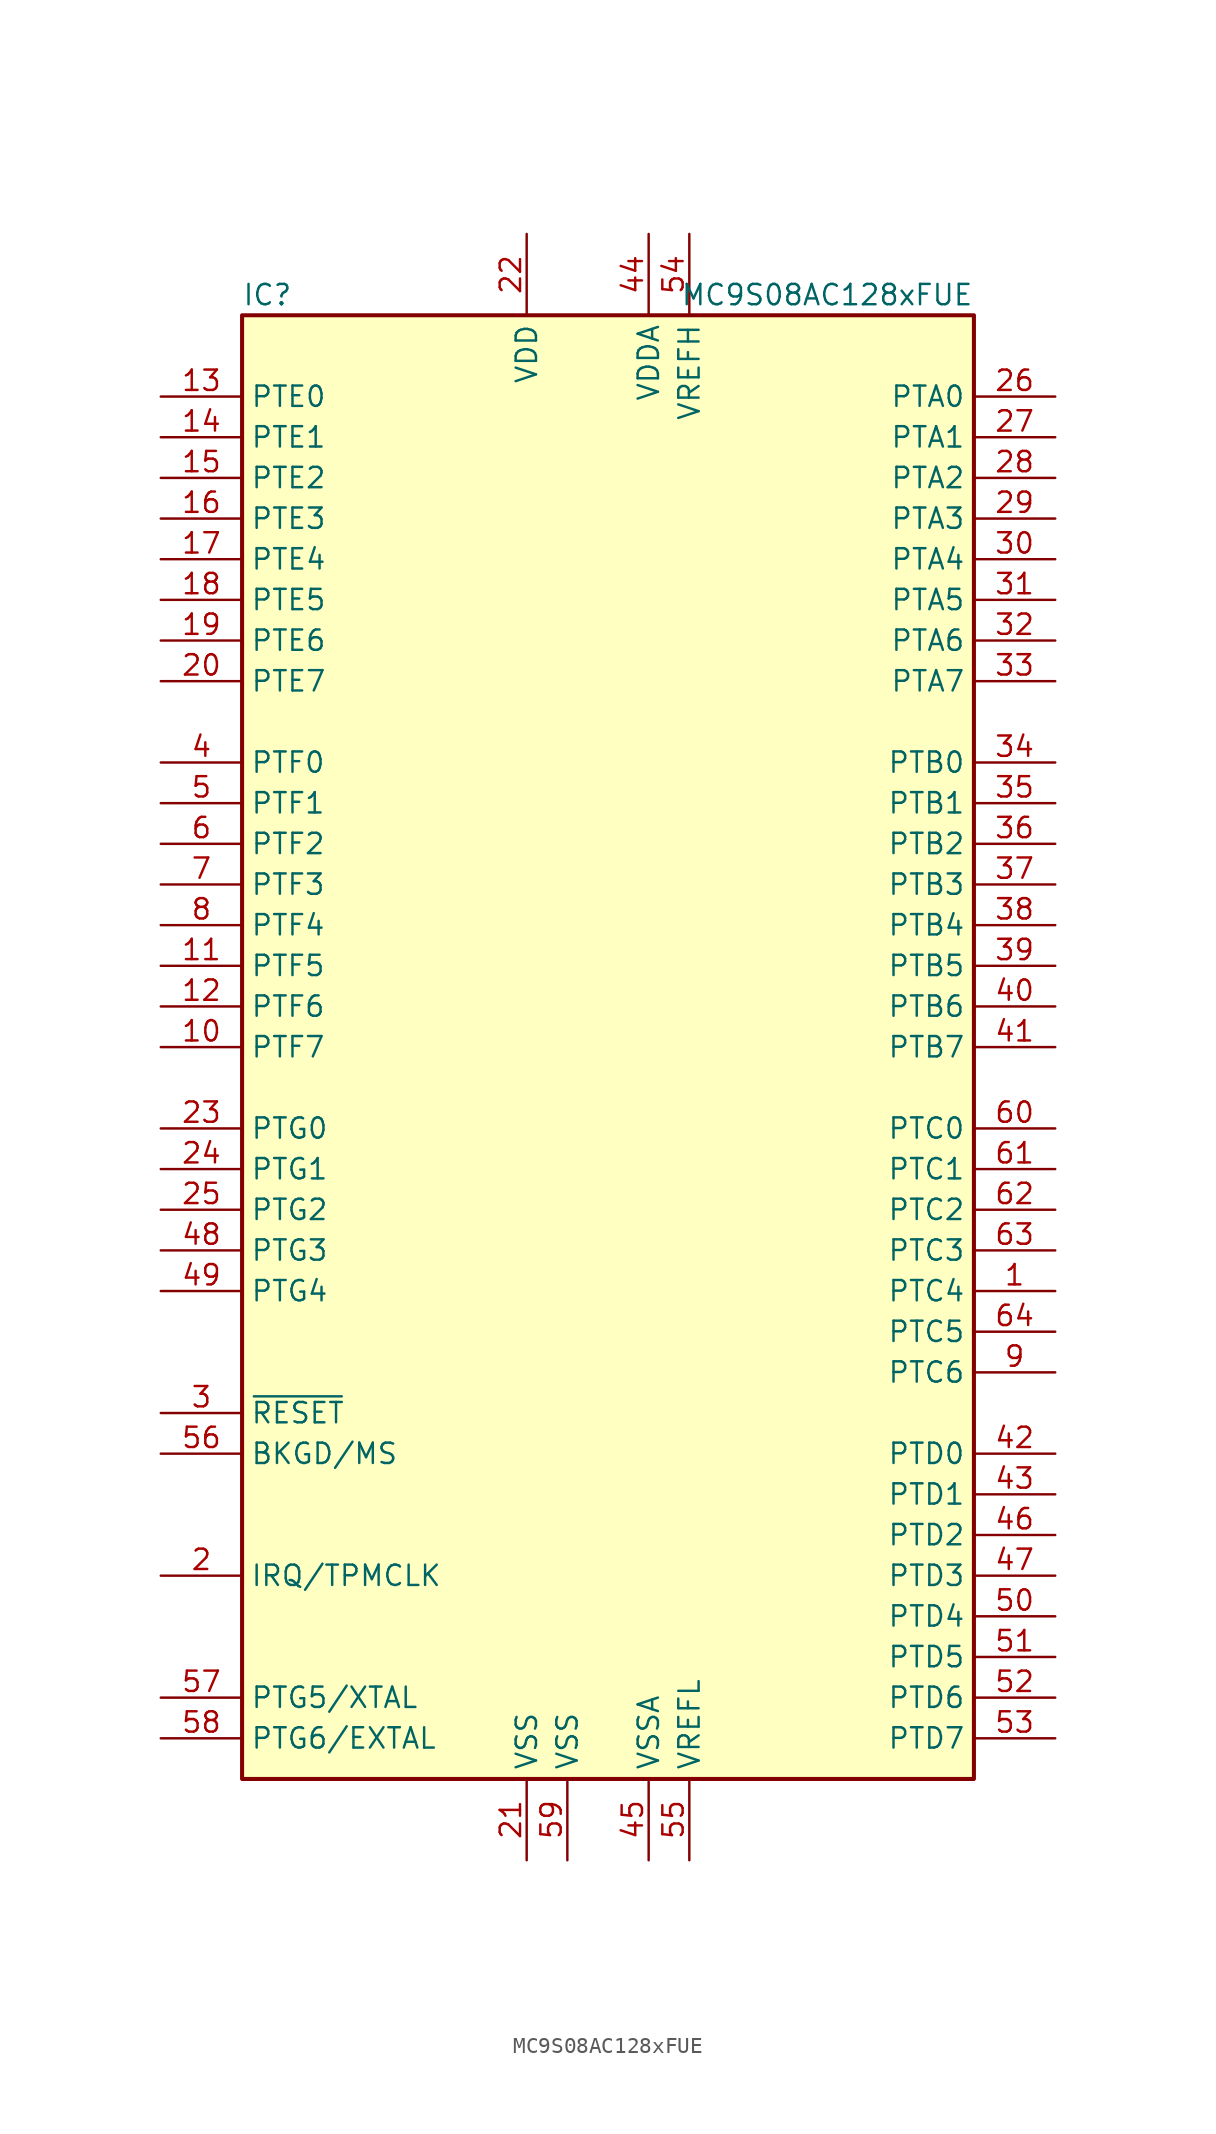
<source format=kicad_sym>
(kicad_symbol_lib
  (version 20201005)
  (generator kicad_symbol_editor)
  (symbol "MC9S08AC128xFUE"
    (property "Reference" "IC"
      (at -22.86 46.99 0)
      (effects (font (size 1.27 1.27)) (justify left)))
    (property "Value" "MC9S08AC128xFUE"
      (at 22.86 46.99 0)
      (effects (font (size 1.27 1.27)) (justify right)))
    (symbol "MC9S08AC128xFUE_0_1"
      (rectangle (start -22.86 45.72) (end 22.86 -45.72) (stroke (width 0.254)) (fill (type background))))
    (symbol "MC9S08AC128xFUE_1_1"
      (pin bidirectional line (at 27.94 -15.24 180) (length 5.08) (name "PTC4" (effects (font (size 1.27 1.27)))) (number "1" (effects (font (size 1.27 1.27)))))
      (pin bidirectional line (at -27.94 0 0) (length 5.08) (name "PTF7" (effects (font (size 1.27 1.27)))) (number "10" (effects (font (size 1.27 1.27)))))
      (pin bidirectional line (at -27.94 5.08 0) (length 5.08) (name "PTF5" (effects (font (size 1.27 1.27)))) (number "11" (effects (font (size 1.27 1.27)))))
      (pin bidirectional line (at -27.94 2.54 0) (length 5.08) (name "PTF6" (effects (font (size 1.27 1.27)))) (number "12" (effects (font (size 1.27 1.27)))))
      (pin bidirectional line (at -27.94 40.64 0) (length 5.08) (name "PTE0" (effects (font (size 1.27 1.27)))) (number "13" (effects (font (size 1.27 1.27)))))
      (pin bidirectional line (at -27.94 38.1 0) (length 5.08) (name "PTE1" (effects (font (size 1.27 1.27)))) (number "14" (effects (font (size 1.27 1.27)))))
      (pin bidirectional line (at -27.94 35.56 0) (length 5.08) (name "PTE2" (effects (font (size 1.27 1.27)))) (number "15" (effects (font (size 1.27 1.27)))))
      (pin bidirectional line (at -27.94 33.02 0) (length 5.08) (name "PTE3" (effects (font (size 1.27 1.27)))) (number "16" (effects (font (size 1.27 1.27)))))
      (pin bidirectional line (at -27.94 30.48 0) (length 5.08) (name "PTE4" (effects (font (size 1.27 1.27)))) (number "17" (effects (font (size 1.27 1.27)))))
      (pin bidirectional line (at -27.94 27.94 0) (length 5.08) (name "PTE5" (effects (font (size 1.27 1.27)))) (number "18" (effects (font (size 1.27 1.27)))))
      (pin bidirectional line (at -27.94 25.4 0) (length 5.08) (name "PTE6" (effects (font (size 1.27 1.27)))) (number "19" (effects (font (size 1.27 1.27)))))
      (pin input line (at -27.94 -33.02 0) (length 5.08) (name "IRQ/TPMCLK" (effects (font (size 1.27 1.27)))) (number "2" (effects (font (size 1.27 1.27)))))
      (pin bidirectional line (at -27.94 22.86 0) (length 5.08) (name "PTE7" (effects (font (size 1.27 1.27)))) (number "20" (effects (font (size 1.27 1.27)))))
      (pin power_in line (at -5.08 -50.8 90) (length 5.08) (name "VSS" (effects (font (size 1.27 1.27)))) (number "21" (effects (font (size 1.27 1.27)))))
      (pin power_in line (at -5.08 50.8 270) (length 5.08) (name "VDD" (effects (font (size 1.27 1.27)))) (number "22" (effects (font (size 1.27 1.27)))))
      (pin bidirectional line (at -27.94 -5.08 0) (length 5.08) (name "PTG0" (effects (font (size 1.27 1.27)))) (number "23" (effects (font (size 1.27 1.27)))))
      (pin bidirectional line (at -27.94 -7.62 0) (length 5.08) (name "PTG1" (effects (font (size 1.27 1.27)))) (number "24" (effects (font (size 1.27 1.27)))))
      (pin bidirectional line (at -27.94 -10.16 0) (length 5.08) (name "PTG2" (effects (font (size 1.27 1.27)))) (number "25" (effects (font (size 1.27 1.27)))))
      (pin bidirectional line (at 27.94 40.64 180) (length 5.08) (name "PTA0" (effects (font (size 1.27 1.27)))) (number "26" (effects (font (size 1.27 1.27)))))
      (pin bidirectional line (at 27.94 38.1 180) (length 5.08) (name "PTA1" (effects (font (size 1.27 1.27)))) (number "27" (effects (font (size 1.27 1.27)))))
      (pin bidirectional line (at 27.94 35.56 180) (length 5.08) (name "PTA2" (effects (font (size 1.27 1.27)))) (number "28" (effects (font (size 1.27 1.27)))))
      (pin bidirectional line (at 27.94 33.02 180) (length 5.08) (name "PTA3" (effects (font (size 1.27 1.27)))) (number "29" (effects (font (size 1.27 1.27)))))
      (pin input line (at -27.94 -22.86 0) (length 5.08) (name "~RESET" (effects (font (size 1.27 1.27)))) (number "3" (effects (font (size 1.27 1.27)))))
      (pin bidirectional line (at 27.94 30.48 180) (length 5.08) (name "PTA4" (effects (font (size 1.27 1.27)))) (number "30" (effects (font (size 1.27 1.27)))))
      (pin bidirectional line (at 27.94 27.94 180) (length 5.08) (name "PTA5" (effects (font (size 1.27 1.27)))) (number "31" (effects (font (size 1.27 1.27)))))
      (pin bidirectional line (at 27.94 25.4 180) (length 5.08) (name "PTA6" (effects (font (size 1.27 1.27)))) (number "32" (effects (font (size 1.27 1.27)))))
      (pin bidirectional line (at 27.94 22.86 180) (length 5.08) (name "PTA7" (effects (font (size 1.27 1.27)))) (number "33" (effects (font (size 1.27 1.27)))))
      (pin bidirectional line (at 27.94 17.78 180) (length 5.08) (name "PTB0" (effects (font (size 1.27 1.27)))) (number "34" (effects (font (size 1.27 1.27)))))
      (pin bidirectional line (at 27.94 15.24 180) (length 5.08) (name "PTB1" (effects (font (size 1.27 1.27)))) (number "35" (effects (font (size 1.27 1.27)))))
      (pin bidirectional line (at 27.94 12.7 180) (length 5.08) (name "PTB2" (effects (font (size 1.27 1.27)))) (number "36" (effects (font (size 1.27 1.27)))))
      (pin bidirectional line (at 27.94 10.16 180) (length 5.08) (name "PTB3" (effects (font (size 1.27 1.27)))) (number "37" (effects (font (size 1.27 1.27)))))
      (pin bidirectional line (at 27.94 7.62 180) (length 5.08) (name "PTB4" (effects (font (size 1.27 1.27)))) (number "38" (effects (font (size 1.27 1.27)))))
      (pin bidirectional line (at 27.94 5.08 180) (length 5.08) (name "PTB5" (effects (font (size 1.27 1.27)))) (number "39" (effects (font (size 1.27 1.27)))))
      (pin bidirectional line (at -27.94 17.78 0) (length 5.08) (name "PTF0" (effects (font (size 1.27 1.27)))) (number "4" (effects (font (size 1.27 1.27)))))
      (pin bidirectional line (at 27.94 2.54 180) (length 5.08) (name "PTB6" (effects (font (size 1.27 1.27)))) (number "40" (effects (font (size 1.27 1.27)))))
      (pin bidirectional line (at 27.94 0 180) (length 5.08) (name "PTB7" (effects (font (size 1.27 1.27)))) (number "41" (effects (font (size 1.27 1.27)))))
      (pin bidirectional line (at 27.94 -25.4 180) (length 5.08) (name "PTD0" (effects (font (size 1.27 1.27)))) (number "42" (effects (font (size 1.27 1.27)))))
      (pin bidirectional line (at 27.94 -27.94 180) (length 5.08) (name "PTD1" (effects (font (size 1.27 1.27)))) (number "43" (effects (font (size 1.27 1.27)))))
      (pin power_in line (at 2.54 50.8 270) (length 5.08) (name "VDDA" (effects (font (size 1.27 1.27)))) (number "44" (effects (font (size 1.27 1.27)))))
      (pin power_in line (at 2.54 -50.8 90) (length 5.08) (name "VSSA" (effects (font (size 1.27 1.27)))) (number "45" (effects (font (size 1.27 1.27)))))
      (pin bidirectional line (at 27.94 -30.48 180) (length 5.08) (name "PTD2" (effects (font (size 1.27 1.27)))) (number "46" (effects (font (size 1.27 1.27)))))
      (pin bidirectional line (at 27.94 -33.02 180) (length 5.08) (name "PTD3" (effects (font (size 1.27 1.27)))) (number "47" (effects (font (size 1.27 1.27)))))
      (pin bidirectional line (at -27.94 -12.7 0) (length 5.08) (name "PTG3" (effects (font (size 1.27 1.27)))) (number "48" (effects (font (size 1.27 1.27)))))
      (pin bidirectional line (at -27.94 -15.24 0) (length 5.08) (name "PTG4" (effects (font (size 1.27 1.27)))) (number "49" (effects (font (size 1.27 1.27)))))
      (pin bidirectional line (at -27.94 15.24 0) (length 5.08) (name "PTF1" (effects (font (size 1.27 1.27)))) (number "5" (effects (font (size 1.27 1.27)))))
      (pin bidirectional line (at 27.94 -35.56 180) (length 5.08) (name "PTD4" (effects (font (size 1.27 1.27)))) (number "50" (effects (font (size 1.27 1.27)))))
      (pin bidirectional line (at 27.94 -38.1 180) (length 5.08) (name "PTD5" (effects (font (size 1.27 1.27)))) (number "51" (effects (font (size 1.27 1.27)))))
      (pin bidirectional line (at 27.94 -40.64 180) (length 5.08) (name "PTD6" (effects (font (size 1.27 1.27)))) (number "52" (effects (font (size 1.27 1.27)))))
      (pin bidirectional line (at 27.94 -43.18 180) (length 5.08) (name "PTD7" (effects (font (size 1.27 1.27)))) (number "53" (effects (font (size 1.27 1.27)))))
      (pin power_in line (at 5.08 50.8 270) (length 5.08) (name "VREFH" (effects (font (size 1.27 1.27)))) (number "54" (effects (font (size 1.27 1.27)))))
      (pin power_in line (at 5.08 -50.8 90) (length 5.08) (name "VREFL" (effects (font (size 1.27 1.27)))) (number "55" (effects (font (size 1.27 1.27)))))
      (pin bidirectional line (at -27.94 -25.4 0) (length 5.08) (name "BKGD/MS" (effects (font (size 1.27 1.27)))) (number "56" (effects (font (size 1.27 1.27)))))
      (pin bidirectional line (at -27.94 -40.64 0) (length 5.08) (name "PTG5/XTAL" (effects (font (size 1.27 1.27)))) (number "57" (effects (font (size 1.27 1.27)))))
      (pin bidirectional line (at -27.94 -43.18 0) (length 5.08) (name "PTG6/EXTAL" (effects (font (size 1.27 1.27)))) (number "58" (effects (font (size 1.27 1.27)))))
      (pin power_in line (at -2.54 -50.8 90) (length 5.08) (name "VSS" (effects (font (size 1.27 1.27)))) (number "59" (effects (font (size 1.27 1.27)))))
      (pin bidirectional line (at -27.94 12.7 0) (length 5.08) (name "PTF2" (effects (font (size 1.27 1.27)))) (number "6" (effects (font (size 1.27 1.27)))))
      (pin bidirectional line (at 27.94 -5.08 180) (length 5.08) (name "PTC0" (effects (font (size 1.27 1.27)))) (number "60" (effects (font (size 1.27 1.27)))))
      (pin bidirectional line (at 27.94 -7.62 180) (length 5.08) (name "PTC1" (effects (font (size 1.27 1.27)))) (number "61" (effects (font (size 1.27 1.27)))))
      (pin bidirectional line (at 27.94 -10.16 180) (length 5.08) (name "PTC2" (effects (font (size 1.27 1.27)))) (number "62" (effects (font (size 1.27 1.27)))))
      (pin bidirectional line (at 27.94 -12.7 180) (length 5.08) (name "PTC3" (effects (font (size 1.27 1.27)))) (number "63" (effects (font (size 1.27 1.27)))))
      (pin bidirectional line (at 27.94 -17.78 180) (length 5.08) (name "PTC5" (effects (font (size 1.27 1.27)))) (number "64" (effects (font (size 1.27 1.27)))))
      (pin bidirectional line (at -27.94 10.16 0) (length 5.08) (name "PTF3" (effects (font (size 1.27 1.27)))) (number "7" (effects (font (size 1.27 1.27)))))
      (pin bidirectional line (at -27.94 7.62 0) (length 5.08) (name "PTF4" (effects (font (size 1.27 1.27)))) (number "8" (effects (font (size 1.27 1.27)))))
      (pin bidirectional line (at 27.94 -20.32 180) (length 5.08) (name "PTC6" (effects (font (size 1.27 1.27)))) (number "9" (effects (font (size 1.27 1.27))))))))
</source>
